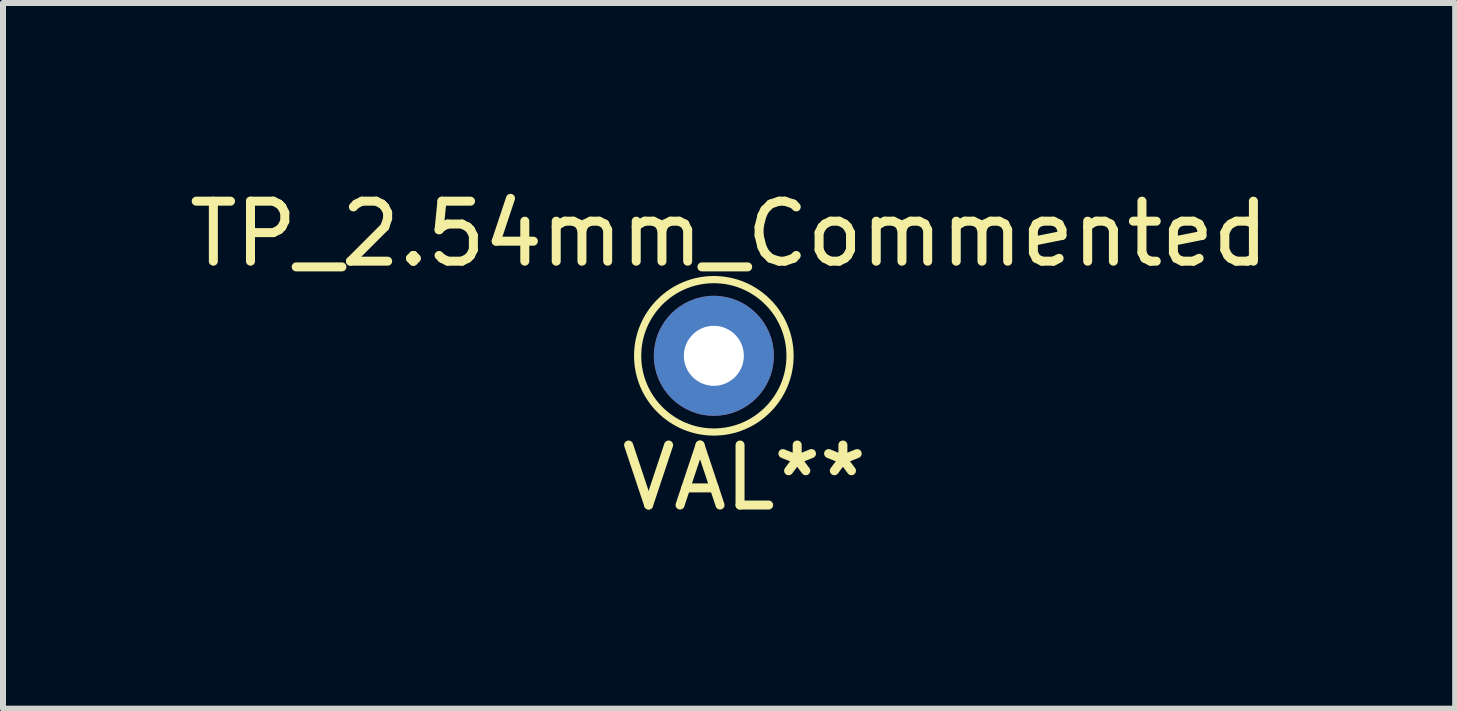
<source format=kicad_pcb>
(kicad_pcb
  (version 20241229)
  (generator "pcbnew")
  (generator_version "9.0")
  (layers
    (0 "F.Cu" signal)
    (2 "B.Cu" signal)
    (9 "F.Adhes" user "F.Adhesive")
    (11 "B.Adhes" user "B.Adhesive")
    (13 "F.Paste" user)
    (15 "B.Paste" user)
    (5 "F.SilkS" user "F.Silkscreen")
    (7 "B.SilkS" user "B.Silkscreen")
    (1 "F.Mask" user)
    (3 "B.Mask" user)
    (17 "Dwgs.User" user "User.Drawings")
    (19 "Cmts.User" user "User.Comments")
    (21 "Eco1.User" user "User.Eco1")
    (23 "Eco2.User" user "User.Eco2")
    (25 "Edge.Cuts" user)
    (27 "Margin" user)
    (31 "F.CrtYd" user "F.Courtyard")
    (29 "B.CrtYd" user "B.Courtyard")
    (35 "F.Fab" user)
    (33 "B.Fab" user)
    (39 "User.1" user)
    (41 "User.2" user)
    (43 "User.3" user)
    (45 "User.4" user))
  (footprint "TP_2.54mm_Commented"
    (layer "F.Cu")
    (at 8.847 2.88)
    (property "Reference" "TP_2.54mm_Commented" (at 0.254 -2.032 0) (layer "F.SilkS") (effects (font (size 1 1) (thickness 0.15))))
    (attr through_hole)
    (fp_circle (center 0 0) (end 1.016 -0.762) (stroke (width 0.12) (type solid)) (fill no) (layer "F.SilkS"))
    (fp_text user "VAL**" (at 0.508 2.032 0) (layer "F.SilkS") (effects (font (size 1 1) (thickness 0.15))))
    (pad "1" thru_hole oval (at 0 0) (size 2 2) (drill 1) (layers "*.Cu" "*.Mask")))
  (gr_rect
    (start -3 -3)
    (end 21.202 8.761)
    (stroke (width 0.1) (type default))
    (fill no)
    (layer "Edge.Cuts")))
</source>
